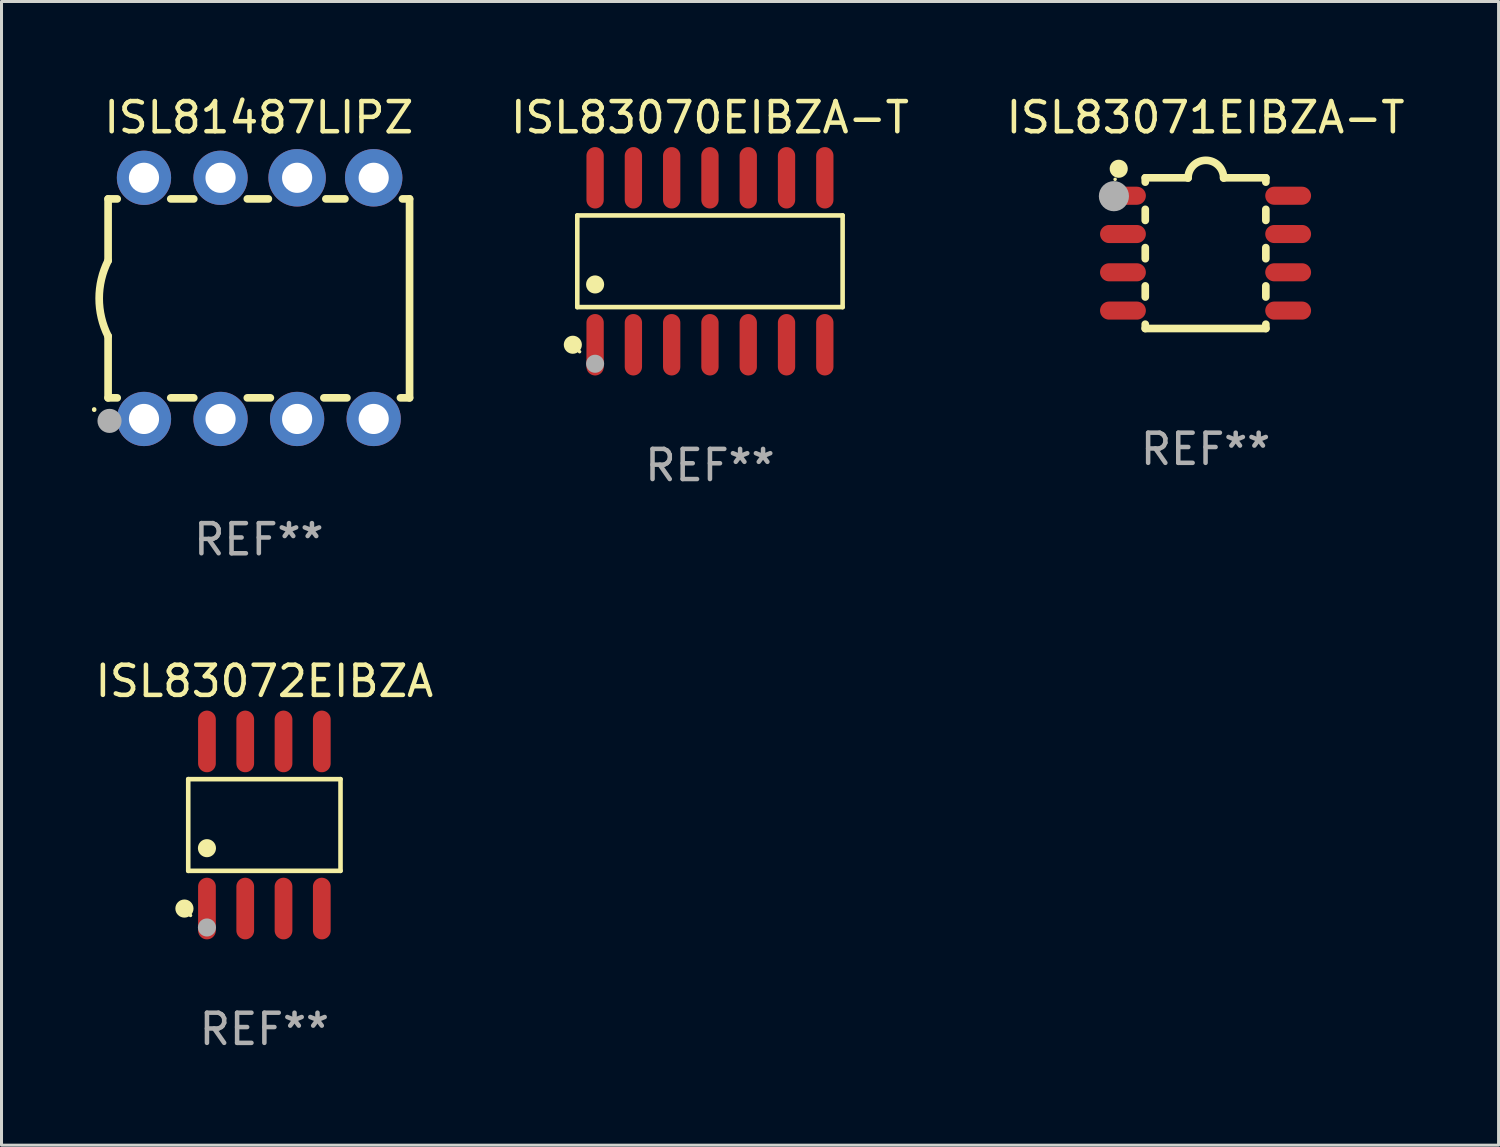
<source format=kicad_pcb>
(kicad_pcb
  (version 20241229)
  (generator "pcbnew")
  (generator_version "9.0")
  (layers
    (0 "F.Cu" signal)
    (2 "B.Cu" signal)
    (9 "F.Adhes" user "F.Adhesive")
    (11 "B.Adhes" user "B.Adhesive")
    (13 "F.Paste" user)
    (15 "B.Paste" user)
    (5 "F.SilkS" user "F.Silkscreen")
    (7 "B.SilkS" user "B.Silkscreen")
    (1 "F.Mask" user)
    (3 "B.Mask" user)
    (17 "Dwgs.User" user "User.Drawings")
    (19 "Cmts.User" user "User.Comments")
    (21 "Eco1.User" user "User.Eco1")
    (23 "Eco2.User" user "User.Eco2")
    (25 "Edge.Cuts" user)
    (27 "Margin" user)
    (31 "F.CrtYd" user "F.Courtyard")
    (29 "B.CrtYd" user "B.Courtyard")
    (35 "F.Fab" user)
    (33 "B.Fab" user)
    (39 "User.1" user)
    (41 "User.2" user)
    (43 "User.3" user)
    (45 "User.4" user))
  (footprint "ISL83071EIBZA-T"
    (layer "F.Cu")
    (at 36.941 5.348)
    (property "Reference" "ISL83071EIBZA-T" (at 0 -4.5 0) (layer "F.SilkS") (effects (font (size 1 1) (thickness 0.15))))
    (attr through_hole)
    (fp_line (start -2 -2.5) (end -2 -2.356) (stroke (width 0.254) (type solid)) (layer "F.SilkS"))
    (fp_line (start -2 -1.454) (end -2 -1.086) (stroke (width 0.254) (type solid)) (layer "F.SilkS"))
    (fp_line (start -2 -0.184) (end -2 0.184) (stroke (width 0.254) (type solid)) (layer "F.SilkS"))
    (fp_line (start -2 1.086) (end -2 1.454) (stroke (width 0.254) (type solid)) (layer "F.SilkS"))
    (fp_line (start -2 2.356) (end -2 2.5) (stroke (width 0.254) (type solid)) (layer "F.SilkS"))
    (fp_line (start -0.58 -2.5) (end -2 -2.5) (stroke (width 0.254) (type solid)) (layer "F.SilkS"))
    (fp_line (start 2 -2.5) (end 0.6 -2.5) (stroke (width 0.254) (type solid)) (layer "F.SilkS"))
    (fp_line (start 2 -2.5) (end 2 -2.356) (stroke (width 0.254) (type solid)) (layer "F.SilkS"))
    (fp_line (start 2 -1.454) (end 2 -1.086) (stroke (width 0.254) (type solid)) (layer "F.SilkS"))
    (fp_line (start 2 -0.184) (end 2 0.184) (stroke (width 0.254) (type solid)) (layer "F.SilkS"))
    (fp_line (start 2 1.086) (end 2 1.454) (stroke (width 0.254) (type solid)) (layer "F.SilkS"))
    (fp_line (start 2 2.356) (end 2 2.5) (stroke (width 0.254) (type solid)) (layer "F.SilkS"))
    (fp_line (start 2 2.5) (end -2 2.5) (stroke (width 0.254) (type solid)) (layer "F.SilkS"))
    (fp_arc (start -0.579908 -2.489992) (mid 0.010097 -3.07831) (end 0.600102 -2.489992) (stroke (width 0.254001) (type solid)) (layer "F.SilkS"))
    (fp_circle (center -3 -2.45) (end -2.97 -2.45) (stroke (width 0.06) (type solid)) (fill no) (layer "F.SilkS"))
    (fp_circle (center -2.88 -2.8) (end -2.73 -2.8) (stroke (width 0.3) (type solid)) (fill no) (layer "F.SilkS"))
    (fp_circle (center -3.04 -1.89) (end -2.79 -1.89) (stroke (width 0.5) (type solid)) (fill no) (layer "F.Fab"))
    (fp_text user "REF**" (at 0 6.5 0) (layer "F.Fab") (effects (font (size 1 1) (thickness 0.15))))
    (pad "1" smd oval (at -2.74 -1.905 90) (size 0.6 1.52) (layers "F.Cu" "F.Mask" "F.Paste"))
    (pad "2" smd oval (at -2.74 -0.635 90) (size 0.6 1.52) (layers "F.Cu" "F.Mask" "F.Paste"))
    (pad "3" smd oval (at -2.74 0.635 90) (size 0.6 1.52) (layers "F.Cu" "F.Mask" "F.Paste"))
    (pad "4" smd oval (at -2.74 1.905 90) (size 0.6 1.52) (layers "F.Cu" "F.Mask" "F.Paste"))
    (pad "5" smd oval (at 2.74 1.905 90) (size 0.6 1.52) (layers "F.Cu" "F.Mask" "F.Paste"))
    (pad "6" smd oval (at 2.74 0.635 90) (size 0.6 1.52) (layers "F.Cu" "F.Mask" "F.Paste"))
    (pad "7" smd oval (at 2.74 -0.635 90) (size 0.6 1.52) (layers "F.Cu" "F.Mask" "F.Paste"))
    (pad "8" smd oval (at 2.74 -1.905 90) (size 0.6 1.52) (layers "F.Cu" "F.Mask" "F.Paste")))
  (footprint "ISL83070EIBZA-T"
    (layer "F.Cu")
    (at 20.501 5.617)
    (property "Reference" "ISL83070EIBZA-T" (at 0 -4.769 0) (layer "F.SilkS") (effects (font (size 1 1) (thickness 0.15))))
    (attr through_hole)
    (fp_line (start -4.401 -1.521) (end 4.401 -1.521) (stroke (width 0.152) (type solid)) (layer "F.SilkS"))
    (fp_line (start -4.401 1.521) (end -4.401 -1.521) (stroke (width 0.152) (type solid)) (layer "F.SilkS"))
    (fp_line (start 4.401 -1.521) (end 4.401 1.521) (stroke (width 0.152) (type solid)) (layer "F.SilkS"))
    (fp_line (start 4.401 1.521) (end -4.401 1.521) (stroke (width 0.152) (type solid)) (layer "F.SilkS"))
    (fp_circle (center -4.549 2.769) (end -4.399 2.769) (stroke (width 0.3) (type solid)) (fill no) (layer "F.SilkS"))
    (fp_circle (center -4.325 3) (end -4.295 3) (stroke (width 0.06) (type solid)) (fill no) (layer "F.SilkS"))
    (fp_circle (center -3.81 0.769) (end -3.66 0.769) (stroke (width 0.3) (type solid)) (fill no) (layer "F.SilkS"))
    (fp_circle (center -3.81 3.4) (end -3.66 3.4) (stroke (width 0.3) (type solid)) (fill no) (layer "F.Fab"))
    (fp_text user "REF**" (at 0 6.769 0) (layer "F.Fab") (effects (font (size 1 1) (thickness 0.15))))
    (pad "1" smd oval (at -3.81 2.769) (size 0.574 2.038) (layers "F.Cu" "F.Mask" "F.Paste"))
    (pad "2" smd oval (at -2.54 2.769) (size 0.574 2.038) (layers "F.Cu" "F.Mask" "F.Paste"))
    (pad "3" smd oval (at -1.27 2.769) (size 0.574 2.038) (layers "F.Cu" "F.Mask" "F.Paste"))
    (pad "4" smd oval (at 0 2.769) (size 0.574 2.038) (layers "F.Cu" "F.Mask" "F.Paste"))
    (pad "5" smd oval (at 1.27 2.769) (size 0.574 2.038) (layers "F.Cu" "F.Mask" "F.Paste"))
    (pad "6" smd oval (at 2.54 2.769) (size 0.574 2.038) (layers "F.Cu" "F.Mask" "F.Paste"))
    (pad "7" smd oval (at 3.81 2.769) (size 0.574 2.038) (layers "F.Cu" "F.Mask" "F.Paste"))
    (pad "8" smd oval (at 3.81 -2.769) (size 0.574 2.038) (layers "F.Cu" "F.Mask" "F.Paste"))
    (pad "9" smd oval (at 2.54 -2.769) (size 0.574 2.038) (layers "F.Cu" "F.Mask" "F.Paste"))
    (pad "10" smd oval (at 1.27 -2.769) (size 0.574 2.038) (layers "F.Cu" "F.Mask" "F.Paste"))
    (pad "11" smd oval (at 0 -2.769) (size 0.574 2.038) (layers "F.Cu" "F.Mask" "F.Paste"))
    (pad "12" smd oval (at -1.27 -2.769) (size 0.574 2.038) (layers "F.Cu" "F.Mask" "F.Paste"))
    (pad "13" smd oval (at -2.54 -2.769) (size 0.574 2.038) (layers "F.Cu" "F.Mask" "F.Paste"))
    (pad "14" smd oval (at -3.81 -2.769) (size 0.574 2.038) (layers "F.Cu" "F.Mask" "F.Paste")))
  (footprint "ISL83072EIBZA"
    (layer "F.Cu")
    (at 5.72 24.317)
    (property "Reference" "ISL83072EIBZA" (at 0 -4.772 0) (layer "F.SilkS") (effects (font (size 1 1) (thickness 0.15))))
    (attr through_hole)
    (fp_line (start -2.526 -1.521) (end 2.526 -1.521) (stroke (width 0.152) (type solid)) (layer "F.SilkS"))
    (fp_line (start -2.526 1.521) (end -2.526 -1.521) (stroke (width 0.152) (type solid)) (layer "F.SilkS"))
    (fp_line (start 2.526 -1.521) (end 2.526 1.521) (stroke (width 0.152) (type solid)) (layer "F.SilkS"))
    (fp_line (start 2.526 1.521) (end -2.526 1.521) (stroke (width 0.152) (type solid)) (layer "F.SilkS"))
    (fp_circle (center -2.652 2.772) (end -2.501 2.772) (stroke (width 0.3) (type solid)) (fill no) (layer "F.SilkS"))
    (fp_circle (center -2.45 3) (end -2.42 3) (stroke (width 0.06) (type solid)) (fill no) (layer "F.SilkS"))
    (fp_circle (center -1.905 0.769) (end -1.755 0.769) (stroke (width 0.3) (type solid)) (fill no) (layer "F.SilkS"))
    (fp_circle (center -1.905 3.4) (end -1.755 3.4) (stroke (width 0.3) (type solid)) (fill no) (layer "F.Fab"))
    (fp_text user "REF**" (at 0 6.772 0) (layer "F.Fab") (effects (font (size 1 1) (thickness 0.15))))
    (pad "1" smd oval (at -1.905 2.772) (size 0.588 2.045) (layers "F.Cu" "F.Mask" "F.Paste"))
    (pad "2" smd oval (at -0.635 2.772) (size 0.588 2.045) (layers "F.Cu" "F.Mask" "F.Paste"))
    (pad "3" smd oval (at 0.635 2.772) (size 0.588 2.045) (layers "F.Cu" "F.Mask" "F.Paste"))
    (pad "4" smd oval (at 1.905 2.772) (size 0.588 2.045) (layers "F.Cu" "F.Mask" "F.Paste"))
    (pad "5" smd oval (at 1.905 -2.772) (size 0.588 2.045) (layers "F.Cu" "F.Mask" "F.Paste"))
    (pad "6" smd oval (at 0.635 -2.772) (size 0.588 2.045) (layers "F.Cu" "F.Mask" "F.Paste"))
    (pad "7" smd oval (at -0.635 -2.772) (size 0.588 2.045) (layers "F.Cu" "F.Mask" "F.Paste"))
    (pad "8" smd oval (at -1.905 -2.772) (size 0.588 2.045) (layers "F.Cu" "F.Mask" "F.Paste")))
  (footprint "ISL81487LIPZ"
    (layer "F.Cu")
    (at 5.536 6.848)
    (property "Reference" "ISL81487LIPZ" (at 0 -6 0) (layer "F.SilkS") (effects (font (size 1 1) (thickness 0.15))))
    (attr through_hole)
    (fp_line (start -5 -3.3) (end -5 -1.25) (stroke (width 0.254) (type solid)) (layer "F.SilkS"))
    (fp_line (start -5 -3.3) (end -4.698 -3.3) (stroke (width 0.254) (type solid)) (layer "F.SilkS"))
    (fp_line (start -5 3.3) (end -5 1.25) (stroke (width 0.254) (type solid)) (layer "F.SilkS"))
    (fp_line (start -5 3.3) (end -4.698 3.3) (stroke (width 0.254) (type solid)) (layer "F.SilkS"))
    (fp_line (start -2.922 -3.3) (end -2.158 -3.3) (stroke (width 0.254) (type solid)) (layer "F.SilkS"))
    (fp_line (start -2.922 3.3) (end -2.158 3.3) (stroke (width 0.254) (type solid)) (layer "F.SilkS"))
    (fp_line (start -0.382 -3.3) (end 0.316 -3.3) (stroke (width 0.254) (type solid)) (layer "F.SilkS"))
    (fp_line (start -0.382 3.3) (end 0.382 3.3) (stroke (width 0.254) (type solid)) (layer "F.SilkS"))
    (fp_line (start 2.158 3.3) (end 2.922 3.3) (stroke (width 0.254) (type solid)) (layer "F.SilkS"))
    (fp_line (start 2.224 -3.3) (end 2.856 -3.3) (stroke (width 0.254) (type solid)) (layer "F.SilkS"))
    (fp_line (start 4.698 3.3) (end 5 3.3) (stroke (width 0.254) (type solid)) (layer "F.SilkS"))
    (fp_line (start 4.764 -3.3) (end 5 -3.3) (stroke (width 0.254) (type solid)) (layer "F.SilkS"))
    (fp_line (start 5 -3.3) (end 5 3.3) (stroke (width 0.254) (type solid)) (layer "F.SilkS"))
    (fp_arc (start -5.46124 3.694259) (mid -5.461175 3.688632) (end -5.460986 3.683007) (stroke (width 0.149987) (type solid)) (layer "F.SilkS"))
    (fp_arc (start -5.00127 1.249682) (mid -5.295892 -0.000313) (end -5.000025 -1.250013) (stroke (width 0.254001) (type solid)) (layer "F.SilkS"))
    (fp_circle (center -4.795 4.237) (end -4.765 4.237) (stroke (width 0.06) (type solid)) (fill no) (layer "F.SilkS"))
    (fp_circle (center -4.953 4.064) (end -4.753 4.064) (stroke (width 0.4) (type solid)) (fill no) (layer "F.Fab"))
    (fp_text user "REF**" (at 0 8 0) (layer "F.Fab") (effects (font (size 1 1) (thickness 0.15))))
    (pad "1" thru_hole circle (at -3.81 4) (size 1.8 1.8) (drill 1) (layers "*.Cu" "*.Mask"))
    (pad "2" thru_hole circle (at -1.27 4) (size 1.8 1.8) (drill 1) (layers "*.Cu" "*.Mask"))
    (pad "3" thru_hole circle (at 1.27 4) (size 1.8 1.8) (drill 1) (layers "*.Cu" "*.Mask"))
    (pad "4" thru_hole circle (at 3.81 4) (size 1.8 1.8) (drill 1) (layers "*.Cu" "*.Mask"))
    (pad "5" thru_hole circle (at 3.81 -4) (size 1.905 1.905) (drill 1) (layers "*.Cu" "*.Mask"))
    (pad "6" thru_hole circle (at 1.27 -4) (size 1.905 1.905) (drill 1) (layers "*.Cu" "*.Mask"))
    (pad "7" thru_hole circle (at -1.27 -4) (size 1.8 1.8) (drill 1) (layers "*.Cu" "*.Mask"))
    (pad "8" thru_hole circle (at -3.81 -4) (size 1.8 1.8) (drill 1) (layers "*.Cu" "*.Mask")))
  (gr_rect
    (start -3 -3)
    (end 46.661 34.938)
    (stroke (width 0.1) (type default))
    (fill no)
    (layer "Edge.Cuts")))
</source>
